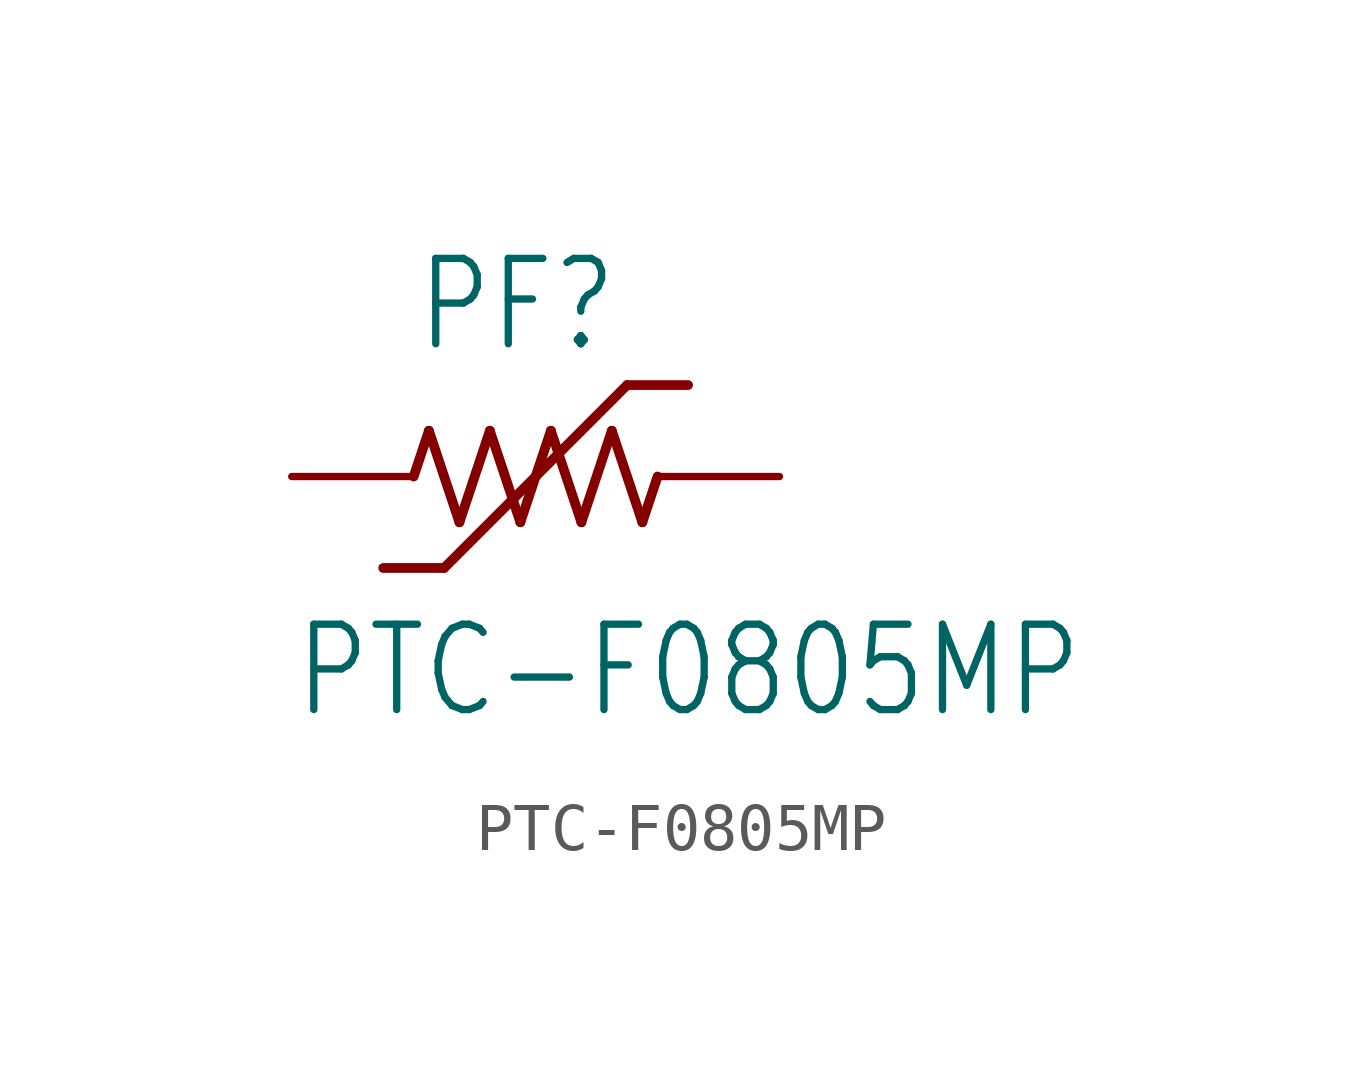
<source format=kicad_sym>
(kicad_symbol_lib
  (version 20211014)
  (generator kicad_symbol_editor)
  (symbol "PTC-F0805MP"
    (property "Reference" "PF"
      (at -2.54 2.54 0)
      (effects (font (size 1.778 1.511)) (justify left bottom)))
    (property "Value" "PTC-F0805MP"
      (at -5.08 -5.08 0)
      (effects (font (size 1.778 1.511)) (justify left bottom)))
    (property "ki_locked" ""
      (at 0 0 0)
      (effects (font (size 1.27 1.27))))
    (symbol "PTC-F0805MP_1_0"
      (polyline (pts (xy -2.54 0) (xy -2.223 0.953)) (stroke (width 0.203) (type default) (color 0 0 0 0)) (fill (type none)))
      (polyline (pts (xy -2.223 0.953) (xy -1.587 -0.953)) (stroke (width 0.203) (type default) (color 0 0 0 0)) (fill (type none)))
      (polyline (pts (xy -1.905 -1.905) (xy -3.175 -1.905)) (stroke (width 0.203) (type default) (color 0 0 0 0)) (fill (type none)))
      (polyline (pts (xy -1.587 -0.953) (xy -0.953 0.953)) (stroke (width 0.203) (type default) (color 0 0 0 0)) (fill (type none)))
      (polyline (pts (xy -0.953 0.953) (xy -0.318 -0.953)) (stroke (width 0.203) (type default) (color 0 0 0 0)) (fill (type none)))
      (polyline (pts (xy -0.318 -0.953) (xy 0.318 0.953)) (stroke (width 0.203) (type default) (color 0 0 0 0)) (fill (type none)))
      (polyline (pts (xy 0.318 0.953) (xy 0.953 -0.953)) (stroke (width 0.203) (type default) (color 0 0 0 0)) (fill (type none)))
      (polyline (pts (xy 0.953 -0.953) (xy 1.587 0.953)) (stroke (width 0.203) (type default) (color 0 0 0 0)) (fill (type none)))
      (polyline (pts (xy 1.587 0.953) (xy 2.223 -0.953)) (stroke (width 0.203) (type default) (color 0 0 0 0)) (fill (type none)))
      (polyline (pts (xy 1.905 1.905) (xy -1.905 -1.905)) (stroke (width 0.203) (type default) (color 0 0 0 0)) (fill (type none)))
      (polyline (pts (xy 2.223 -0.953) (xy 2.54 0)) (stroke (width 0.203) (type default) (color 0 0 0 0)) (fill (type none)))
      (polyline (pts (xy 3.175 1.905) (xy 1.905 1.905)) (stroke (width 0.203) (type default) (color 0 0 0 0)) (fill (type none)))
      (pin passive line (at -5.08 0 0) (length 2.54) (name "1" (effects (font (size 0 0)))) (number "1" (effects (font (size 0 0)))))
      (pin passive line (at 5.08 0 180) (length 2.54) (name "2" (effects (font (size 0 0)))) (number "2" (effects (font (size 0 0))))))))
</source>
